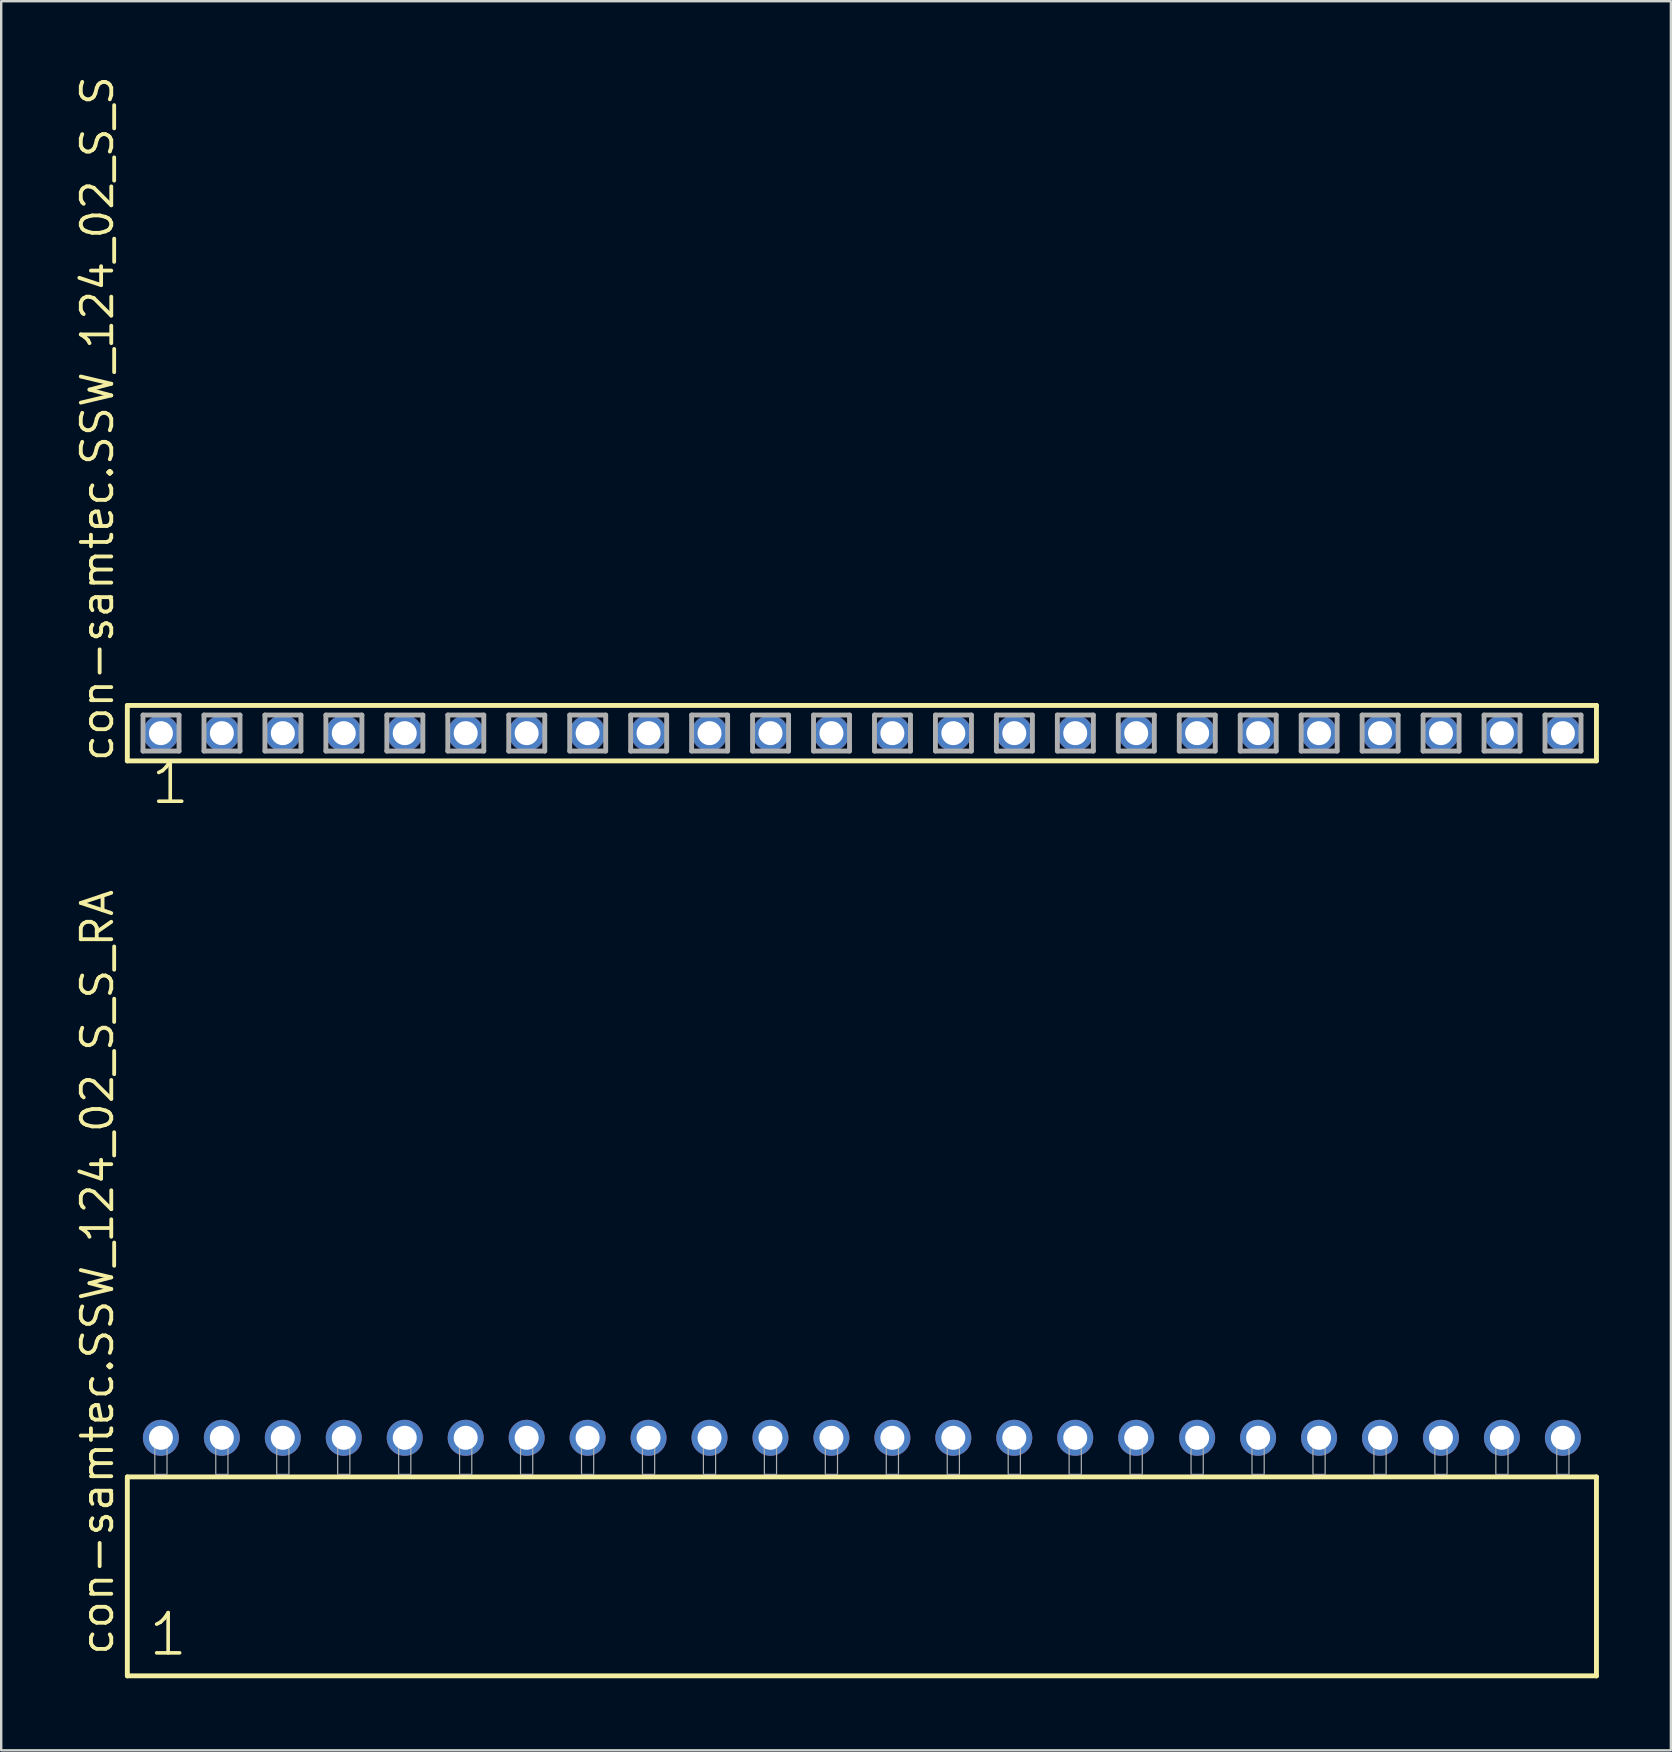
<source format=kicad_pcb>
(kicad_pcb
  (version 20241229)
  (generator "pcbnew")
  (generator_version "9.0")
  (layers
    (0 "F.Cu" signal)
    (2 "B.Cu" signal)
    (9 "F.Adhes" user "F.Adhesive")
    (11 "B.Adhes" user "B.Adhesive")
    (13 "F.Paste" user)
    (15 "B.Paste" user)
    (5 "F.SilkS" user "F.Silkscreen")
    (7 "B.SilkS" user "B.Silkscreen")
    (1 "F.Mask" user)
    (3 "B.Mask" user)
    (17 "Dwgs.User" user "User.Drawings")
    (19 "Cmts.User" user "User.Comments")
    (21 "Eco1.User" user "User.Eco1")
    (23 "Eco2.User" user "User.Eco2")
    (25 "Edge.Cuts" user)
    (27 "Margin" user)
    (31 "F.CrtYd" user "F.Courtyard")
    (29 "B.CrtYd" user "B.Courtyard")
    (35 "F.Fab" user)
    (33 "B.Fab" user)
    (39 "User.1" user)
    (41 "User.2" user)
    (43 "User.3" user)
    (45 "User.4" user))
  (footprint "con-samtec.SSW_124_02_S_S_RA"
    (layer "F.Cu")
    (at 32.865 58.387)
    (property "Reference" "con-samtec.SSW_124_02_S_S_RA" (at -31.115 7.62 90) (layer "F.SilkS") (effects (font (size 1.27 1.27) (thickness 0.16)) (justify left bottom)))
    (attr through_hole)
    (fp_line (start -30.609 0.106) (end -30.609 8.396) (stroke (width 0.203) (type default)) (layer "F.SilkS"))
    (fp_line (start -30.609 8.396) (end 30.609 8.396) (stroke (width 0.203) (type default)) (layer "F.SilkS"))
    (fp_line (start 30.609 0.106) (end -30.609 0.106) (stroke (width 0.203) (type default)) (layer "F.SilkS"))
    (fp_line (start 30.609 8.396) (end 30.609 0.106) (stroke (width 0.203) (type default)) (layer "F.SilkS"))
    (fp_rect (start -29.464 0) (end -28.956 -1.778) (stroke (width 0.05) (type default)) (fill no) (layer "F.Fab"))
    (fp_rect (start -26.924 0) (end -26.416 -1.778) (stroke (width 0.05) (type default)) (fill no) (layer "F.Fab"))
    (fp_rect (start -24.384 0) (end -23.876 -1.778) (stroke (width 0.05) (type default)) (fill no) (layer "F.Fab"))
    (fp_rect (start -21.844 0) (end -21.336 -1.778) (stroke (width 0.05) (type default)) (fill no) (layer "F.Fab"))
    (fp_rect (start -19.304 0) (end -18.796 -1.778) (stroke (width 0.05) (type default)) (fill no) (layer "F.Fab"))
    (fp_rect (start -16.764 0) (end -16.256 -1.778) (stroke (width 0.05) (type default)) (fill no) (layer "F.Fab"))
    (fp_rect (start -14.224 0) (end -13.716 -1.778) (stroke (width 0.05) (type default)) (fill no) (layer "F.Fab"))
    (fp_rect (start -11.684 0) (end -11.176 -1.778) (stroke (width 0.05) (type default)) (fill no) (layer "F.Fab"))
    (fp_rect (start -9.144 0) (end -8.636 -1.778) (stroke (width 0.05) (type default)) (fill no) (layer "F.Fab"))
    (fp_rect (start -6.604 0) (end -6.096 -1.778) (stroke (width 0.05) (type default)) (fill no) (layer "F.Fab"))
    (fp_rect (start -4.064 0) (end -3.556 -1.778) (stroke (width 0.05) (type default)) (fill no) (layer "F.Fab"))
    (fp_rect (start -1.524 0) (end -1.016 -1.778) (stroke (width 0.05) (type default)) (fill no) (layer "F.Fab"))
    (fp_rect (start 1.016 0) (end 1.524 -1.778) (stroke (width 0.05) (type default)) (fill no) (layer "F.Fab"))
    (fp_rect (start 3.556 0) (end 4.064 -1.778) (stroke (width 0.05) (type default)) (fill no) (layer "F.Fab"))
    (fp_rect (start 6.096 0) (end 6.604 -1.778) (stroke (width 0.05) (type default)) (fill no) (layer "F.Fab"))
    (fp_rect (start 8.636 0) (end 9.144 -1.778) (stroke (width 0.05) (type default)) (fill no) (layer "F.Fab"))
    (fp_rect (start 11.176 0) (end 11.684 -1.778) (stroke (width 0.05) (type default)) (fill no) (layer "F.Fab"))
    (fp_rect (start 13.716 0) (end 14.224 -1.778) (stroke (width 0.05) (type default)) (fill no) (layer "F.Fab"))
    (fp_rect (start 16.256 0) (end 16.764 -1.778) (stroke (width 0.05) (type default)) (fill no) (layer "F.Fab"))
    (fp_rect (start 18.796 0) (end 19.304 -1.778) (stroke (width 0.05) (type default)) (fill no) (layer "F.Fab"))
    (fp_rect (start 21.336 0) (end 21.844 -1.778) (stroke (width 0.05) (type default)) (fill no) (layer "F.Fab"))
    (fp_rect (start 23.876 0) (end 24.384 -1.778) (stroke (width 0.05) (type default)) (fill no) (layer "F.Fab"))
    (fp_rect (start 26.416 0) (end 26.924 -1.778) (stroke (width 0.05) (type default)) (fill no) (layer "F.Fab"))
    (fp_rect (start 28.956 0) (end 29.464 -1.778) (stroke (width 0.05) (type default)) (fill no) (layer "F.Fab"))
    (fp_text user "1" (at -29.805 7.65 0) (layer "F.SilkS") (effects (font (size 1.676 1.676) (thickness 0.15)) (justify left bottom)))
    (pad "1" thru_hole circle (at -29.21 -1.524) (size 1.5 1.5) (drill 1) (layers "*.Cu" "*.Mask"))
    (pad "2" thru_hole circle (at -26.67 -1.524) (size 1.5 1.5) (drill 1) (layers "*.Cu" "*.Mask"))
    (pad "3" thru_hole circle (at -24.13 -1.524) (size 1.5 1.5) (drill 1) (layers "*.Cu" "*.Mask"))
    (pad "4" thru_hole circle (at -21.59 -1.524) (size 1.5 1.5) (drill 1) (layers "*.Cu" "*.Mask"))
    (pad "5" thru_hole circle (at -19.05 -1.524) (size 1.5 1.5) (drill 1) (layers "*.Cu" "*.Mask"))
    (pad "6" thru_hole circle (at -16.51 -1.524) (size 1.5 1.5) (drill 1) (layers "*.Cu" "*.Mask"))
    (pad "7" thru_hole circle (at -13.97 -1.524) (size 1.5 1.5) (drill 1) (layers "*.Cu" "*.Mask"))
    (pad "8" thru_hole circle (at -11.43 -1.524) (size 1.5 1.5) (drill 1) (layers "*.Cu" "*.Mask"))
    (pad "9" thru_hole circle (at -8.89 -1.524) (size 1.5 1.5) (drill 1) (layers "*.Cu" "*.Mask"))
    (pad "10" thru_hole circle (at -6.35 -1.524) (size 1.5 1.5) (drill 1) (layers "*.Cu" "*.Mask"))
    (pad "11" thru_hole circle (at -3.81 -1.524) (size 1.5 1.5) (drill 1) (layers "*.Cu" "*.Mask"))
    (pad "12" thru_hole circle (at -1.27 -1.524) (size 1.5 1.5) (drill 1) (layers "*.Cu" "*.Mask"))
    (pad "13" thru_hole circle (at 1.27 -1.524) (size 1.5 1.5) (drill 1) (layers "*.Cu" "*.Mask"))
    (pad "14" thru_hole circle (at 3.81 -1.524) (size 1.5 1.5) (drill 1) (layers "*.Cu" "*.Mask"))
    (pad "15" thru_hole circle (at 6.35 -1.524) (size 1.5 1.5) (drill 1) (layers "*.Cu" "*.Mask"))
    (pad "16" thru_hole circle (at 8.89 -1.524) (size 1.5 1.5) (drill 1) (layers "*.Cu" "*.Mask"))
    (pad "17" thru_hole circle (at 11.43 -1.524) (size 1.5 1.5) (drill 1) (layers "*.Cu" "*.Mask"))
    (pad "18" thru_hole circle (at 13.97 -1.524) (size 1.5 1.5) (drill 1) (layers "*.Cu" "*.Mask"))
    (pad "19" thru_hole circle (at 16.51 -1.524) (size 1.5 1.5) (drill 1) (layers "*.Cu" "*.Mask"))
    (pad "20" thru_hole circle (at 19.05 -1.524) (size 1.5 1.5) (drill 1) (layers "*.Cu" "*.Mask"))
    (pad "21" thru_hole circle (at 21.59 -1.524) (size 1.5 1.5) (drill 1) (layers "*.Cu" "*.Mask"))
    (pad "22" thru_hole circle (at 24.13 -1.524) (size 1.5 1.5) (drill 1) (layers "*.Cu" "*.Mask"))
    (pad "23" thru_hole circle (at 26.67 -1.524) (size 1.5 1.5) (drill 1) (layers "*.Cu" "*.Mask"))
    (pad "24" thru_hole circle (at 29.21 -1.524) (size 1.5 1.5) (drill 1) (layers "*.Cu" "*.Mask")))
  (footprint "con-samtec.SSW_124_02_S_S"
    (layer "F.Cu")
    (at 32.865 27.501)
    (property "Reference" "con-samtec.SSW_124_02_S_S" (at -31.115 1.27 90) (layer "F.SilkS") (effects (font (size 1.27 1.27) (thickness 0.16)) (justify left bottom)))
    (attr through_hole)
    (fp_line (start -30.609 -1.155) (end 30.609 -1.155) (stroke (width 0.203) (type default)) (layer "F.SilkS"))
    (fp_line (start -30.609 1.155) (end -30.609 -1.155) (stroke (width 0.203) (type default)) (layer "F.SilkS"))
    (fp_line (start 30.609 -1.155) (end 30.609 1.155) (stroke (width 0.203) (type default)) (layer "F.SilkS"))
    (fp_line (start 30.609 1.155) (end -30.609 1.155) (stroke (width 0.203) (type default)) (layer "F.SilkS"))
    (fp_line (start -29.955 -0.755) (end -28.455 -0.755) (stroke (width 0.203) (type default)) (layer "F.Fab"))
    (fp_line (start -29.955 0.745) (end -29.955 -0.755) (stroke (width 0.203) (type default)) (layer "F.Fab"))
    (fp_line (start -28.455 -0.755) (end -28.455 0.745) (stroke (width 0.203) (type default)) (layer "F.Fab"))
    (fp_line (start -28.455 0.745) (end -29.955 0.745) (stroke (width 0.203) (type default)) (layer "F.Fab"))
    (fp_line (start -27.415 -0.755) (end -25.915 -0.755) (stroke (width 0.203) (type default)) (layer "F.Fab"))
    (fp_line (start -27.415 0.745) (end -27.415 -0.755) (stroke (width 0.203) (type default)) (layer "F.Fab"))
    (fp_line (start -25.915 -0.755) (end -25.915 0.745) (stroke (width 0.203) (type default)) (layer "F.Fab"))
    (fp_line (start -25.915 0.745) (end -27.415 0.745) (stroke (width 0.203) (type default)) (layer "F.Fab"))
    (fp_line (start -24.875 -0.755) (end -23.375 -0.755) (stroke (width 0.203) (type default)) (layer "F.Fab"))
    (fp_line (start -24.875 0.745) (end -24.875 -0.755) (stroke (width 0.203) (type default)) (layer "F.Fab"))
    (fp_line (start -23.375 -0.755) (end -23.375 0.745) (stroke (width 0.203) (type default)) (layer "F.Fab"))
    (fp_line (start -23.375 0.745) (end -24.875 0.745) (stroke (width 0.203) (type default)) (layer "F.Fab"))
    (fp_line (start -22.335 -0.755) (end -20.835 -0.755) (stroke (width 0.203) (type default)) (layer "F.Fab"))
    (fp_line (start -22.335 0.745) (end -22.335 -0.755) (stroke (width 0.203) (type default)) (layer "F.Fab"))
    (fp_line (start -20.835 -0.755) (end -20.835 0.745) (stroke (width 0.203) (type default)) (layer "F.Fab"))
    (fp_line (start -20.835 0.745) (end -22.335 0.745) (stroke (width 0.203) (type default)) (layer "F.Fab"))
    (fp_line (start -19.795 -0.755) (end -18.295 -0.755) (stroke (width 0.203) (type default)) (layer "F.Fab"))
    (fp_line (start -19.795 0.745) (end -19.795 -0.755) (stroke (width 0.203) (type default)) (layer "F.Fab"))
    (fp_line (start -18.295 -0.755) (end -18.295 0.745) (stroke (width 0.203) (type default)) (layer "F.Fab"))
    (fp_line (start -18.295 0.745) (end -19.795 0.745) (stroke (width 0.203) (type default)) (layer "F.Fab"))
    (fp_line (start -17.255 -0.755) (end -15.755 -0.755) (stroke (width 0.203) (type default)) (layer "F.Fab"))
    (fp_line (start -17.255 0.745) (end -17.255 -0.755) (stroke (width 0.203) (type default)) (layer "F.Fab"))
    (fp_line (start -15.755 -0.755) (end -15.755 0.745) (stroke (width 0.203) (type default)) (layer "F.Fab"))
    (fp_line (start -15.755 0.745) (end -17.255 0.745) (stroke (width 0.203) (type default)) (layer "F.Fab"))
    (fp_line (start -14.715 -0.755) (end -13.215 -0.755) (stroke (width 0.203) (type default)) (layer "F.Fab"))
    (fp_line (start -14.715 0.745) (end -14.715 -0.755) (stroke (width 0.203) (type default)) (layer "F.Fab"))
    (fp_line (start -13.215 -0.755) (end -13.215 0.745) (stroke (width 0.203) (type default)) (layer "F.Fab"))
    (fp_line (start -13.215 0.745) (end -14.715 0.745) (stroke (width 0.203) (type default)) (layer "F.Fab"))
    (fp_line (start -12.175 -0.755) (end -10.675 -0.755) (stroke (width 0.203) (type default)) (layer "F.Fab"))
    (fp_line (start -12.175 0.745) (end -12.175 -0.755) (stroke (width 0.203) (type default)) (layer "F.Fab"))
    (fp_line (start -10.675 -0.755) (end -10.675 0.745) (stroke (width 0.203) (type default)) (layer "F.Fab"))
    (fp_line (start -10.675 0.745) (end -12.175 0.745) (stroke (width 0.203) (type default)) (layer "F.Fab"))
    (fp_line (start -9.635 -0.755) (end -8.135 -0.755) (stroke (width 0.203) (type default)) (layer "F.Fab"))
    (fp_line (start -9.635 0.745) (end -9.635 -0.755) (stroke (width 0.203) (type default)) (layer "F.Fab"))
    (fp_line (start -8.135 -0.755) (end -8.135 0.745) (stroke (width 0.203) (type default)) (layer "F.Fab"))
    (fp_line (start -8.135 0.745) (end -9.635 0.745) (stroke (width 0.203) (type default)) (layer "F.Fab"))
    (fp_line (start -7.095 -0.755) (end -5.595 -0.755) (stroke (width 0.203) (type default)) (layer "F.Fab"))
    (fp_line (start -7.095 0.745) (end -7.095 -0.755) (stroke (width 0.203) (type default)) (layer "F.Fab"))
    (fp_line (start -5.595 -0.755) (end -5.595 0.745) (stroke (width 0.203) (type default)) (layer "F.Fab"))
    (fp_line (start -5.595 0.745) (end -7.095 0.745) (stroke (width 0.203) (type default)) (layer "F.Fab"))
    (fp_line (start -4.555 -0.755) (end -3.055 -0.755) (stroke (width 0.203) (type default)) (layer "F.Fab"))
    (fp_line (start -4.555 0.745) (end -4.555 -0.755) (stroke (width 0.203) (type default)) (layer "F.Fab"))
    (fp_line (start -3.055 -0.755) (end -3.055 0.745) (stroke (width 0.203) (type default)) (layer "F.Fab"))
    (fp_line (start -3.055 0.745) (end -4.555 0.745) (stroke (width 0.203) (type default)) (layer "F.Fab"))
    (fp_line (start -2.015 -0.755) (end -0.515 -0.755) (stroke (width 0.203) (type default)) (layer "F.Fab"))
    (fp_line (start -2.015 0.745) (end -2.015 -0.755) (stroke (width 0.203) (type default)) (layer "F.Fab"))
    (fp_line (start -0.515 -0.755) (end -0.515 0.745) (stroke (width 0.203) (type default)) (layer "F.Fab"))
    (fp_line (start -0.515 0.745) (end -2.015 0.745) (stroke (width 0.203) (type default)) (layer "F.Fab"))
    (fp_line (start 0.525 -0.755) (end 2.025 -0.755) (stroke (width 0.203) (type default)) (layer "F.Fab"))
    (fp_line (start 0.525 0.745) (end 0.525 -0.755) (stroke (width 0.203) (type default)) (layer "F.Fab"))
    (fp_line (start 2.025 -0.755) (end 2.025 0.745) (stroke (width 0.203) (type default)) (layer "F.Fab"))
    (fp_line (start 2.025 0.745) (end 0.525 0.745) (stroke (width 0.203) (type default)) (layer "F.Fab"))
    (fp_line (start 3.065 -0.755) (end 4.565 -0.755) (stroke (width 0.203) (type default)) (layer "F.Fab"))
    (fp_line (start 3.065 0.745) (end 3.065 -0.755) (stroke (width 0.203) (type default)) (layer "F.Fab"))
    (fp_line (start 4.565 -0.755) (end 4.565 0.745) (stroke (width 0.203) (type default)) (layer "F.Fab"))
    (fp_line (start 4.565 0.745) (end 3.065 0.745) (stroke (width 0.203) (type default)) (layer "F.Fab"))
    (fp_line (start 5.605 -0.755) (end 7.105 -0.755) (stroke (width 0.203) (type default)) (layer "F.Fab"))
    (fp_line (start 5.605 0.745) (end 5.605 -0.755) (stroke (width 0.203) (type default)) (layer "F.Fab"))
    (fp_line (start 7.105 -0.755) (end 7.105 0.745) (stroke (width 0.203) (type default)) (layer "F.Fab"))
    (fp_line (start 7.105 0.745) (end 5.605 0.745) (stroke (width 0.203) (type default)) (layer "F.Fab"))
    (fp_line (start 8.145 -0.755) (end 9.645 -0.755) (stroke (width 0.203) (type default)) (layer "F.Fab"))
    (fp_line (start 8.145 0.745) (end 8.145 -0.755) (stroke (width 0.203) (type default)) (layer "F.Fab"))
    (fp_line (start 9.645 -0.755) (end 9.645 0.745) (stroke (width 0.203) (type default)) (layer "F.Fab"))
    (fp_line (start 9.645 0.745) (end 8.145 0.745) (stroke (width 0.203) (type default)) (layer "F.Fab"))
    (fp_line (start 10.685 -0.755) (end 12.185 -0.755) (stroke (width 0.203) (type default)) (layer "F.Fab"))
    (fp_line (start 10.685 0.745) (end 10.685 -0.755) (stroke (width 0.203) (type default)) (layer "F.Fab"))
    (fp_line (start 12.185 -0.755) (end 12.185 0.745) (stroke (width 0.203) (type default)) (layer "F.Fab"))
    (fp_line (start 12.185 0.745) (end 10.685 0.745) (stroke (width 0.203) (type default)) (layer "F.Fab"))
    (fp_line (start 13.225 -0.755) (end 14.725 -0.755) (stroke (width 0.203) (type default)) (layer "F.Fab"))
    (fp_line (start 13.225 0.745) (end 13.225 -0.755) (stroke (width 0.203) (type default)) (layer "F.Fab"))
    (fp_line (start 14.725 -0.755) (end 14.725 0.745) (stroke (width 0.203) (type default)) (layer "F.Fab"))
    (fp_line (start 14.725 0.745) (end 13.225 0.745) (stroke (width 0.203) (type default)) (layer "F.Fab"))
    (fp_line (start 15.765 -0.755) (end 17.265 -0.755) (stroke (width 0.203) (type default)) (layer "F.Fab"))
    (fp_line (start 15.765 0.745) (end 15.765 -0.755) (stroke (width 0.203) (type default)) (layer "F.Fab"))
    (fp_line (start 17.265 -0.755) (end 17.265 0.745) (stroke (width 0.203) (type default)) (layer "F.Fab"))
    (fp_line (start 17.265 0.745) (end 15.765 0.745) (stroke (width 0.203) (type default)) (layer "F.Fab"))
    (fp_line (start 18.305 -0.755) (end 19.805 -0.755) (stroke (width 0.203) (type default)) (layer "F.Fab"))
    (fp_line (start 18.305 0.745) (end 18.305 -0.755) (stroke (width 0.203) (type default)) (layer "F.Fab"))
    (fp_line (start 19.805 -0.755) (end 19.805 0.745) (stroke (width 0.203) (type default)) (layer "F.Fab"))
    (fp_line (start 19.805 0.745) (end 18.305 0.745) (stroke (width 0.203) (type default)) (layer "F.Fab"))
    (fp_line (start 20.845 -0.755) (end 22.345 -0.755) (stroke (width 0.203) (type default)) (layer "F.Fab"))
    (fp_line (start 20.845 0.745) (end 20.845 -0.755) (stroke (width 0.203) (type default)) (layer "F.Fab"))
    (fp_line (start 22.345 -0.755) (end 22.345 0.745) (stroke (width 0.203) (type default)) (layer "F.Fab"))
    (fp_line (start 22.345 0.745) (end 20.845 0.745) (stroke (width 0.203) (type default)) (layer "F.Fab"))
    (fp_line (start 23.385 -0.755) (end 24.885 -0.755) (stroke (width 0.203) (type default)) (layer "F.Fab"))
    (fp_line (start 23.385 0.745) (end 23.385 -0.755) (stroke (width 0.203) (type default)) (layer "F.Fab"))
    (fp_line (start 24.885 -0.755) (end 24.885 0.745) (stroke (width 0.203) (type default)) (layer "F.Fab"))
    (fp_line (start 24.885 0.745) (end 23.385 0.745) (stroke (width 0.203) (type default)) (layer "F.Fab"))
    (fp_line (start 25.925 -0.755) (end 27.425 -0.755) (stroke (width 0.203) (type default)) (layer "F.Fab"))
    (fp_line (start 25.925 0.745) (end 25.925 -0.755) (stroke (width 0.203) (type default)) (layer "F.Fab"))
    (fp_line (start 27.425 -0.755) (end 27.425 0.745) (stroke (width 0.203) (type default)) (layer "F.Fab"))
    (fp_line (start 27.425 0.745) (end 25.925 0.745) (stroke (width 0.203) (type default)) (layer "F.Fab"))
    (fp_line (start 28.465 -0.755) (end 29.965 -0.755) (stroke (width 0.203) (type default)) (layer "F.Fab"))
    (fp_line (start 28.465 0.745) (end 28.465 -0.755) (stroke (width 0.203) (type default)) (layer "F.Fab"))
    (fp_line (start 29.965 -0.755) (end 29.965 0.745) (stroke (width 0.203) (type default)) (layer "F.Fab"))
    (fp_line (start 29.965 0.745) (end 28.465 0.745) (stroke (width 0.203) (type default)) (layer "F.Fab"))
    (fp_text user "1" (at -29.718 3.048 0) (layer "F.SilkS") (effects (font (size 1.676 1.676) (thickness 0.15)) (justify left bottom)))
    (pad "1" thru_hole circle (at -29.21 0) (size 1.5 1.5) (drill 1) (layers "*.Cu" "*.Mask"))
    (pad "2" thru_hole circle (at -26.67 0) (size 1.5 1.5) (drill 1) (layers "*.Cu" "*.Mask"))
    (pad "3" thru_hole circle (at -24.13 0) (size 1.5 1.5) (drill 1) (layers "*.Cu" "*.Mask"))
    (pad "4" thru_hole circle (at -21.59 0) (size 1.5 1.5) (drill 1) (layers "*.Cu" "*.Mask"))
    (pad "5" thru_hole circle (at -19.05 0) (size 1.5 1.5) (drill 1) (layers "*.Cu" "*.Mask"))
    (pad "6" thru_hole circle (at -16.51 0) (size 1.5 1.5) (drill 1) (layers "*.Cu" "*.Mask"))
    (pad "7" thru_hole circle (at -13.97 0) (size 1.5 1.5) (drill 1) (layers "*.Cu" "*.Mask"))
    (pad "8" thru_hole circle (at -11.43 0) (size 1.5 1.5) (drill 1) (layers "*.Cu" "*.Mask"))
    (pad "9" thru_hole circle (at -8.89 0) (size 1.5 1.5) (drill 1) (layers "*.Cu" "*.Mask"))
    (pad "10" thru_hole circle (at -6.35 0) (size 1.5 1.5) (drill 1) (layers "*.Cu" "*.Mask"))
    (pad "11" thru_hole circle (at -3.81 0) (size 1.5 1.5) (drill 1) (layers "*.Cu" "*.Mask"))
    (pad "12" thru_hole circle (at -1.27 0) (size 1.5 1.5) (drill 1) (layers "*.Cu" "*.Mask"))
    (pad "13" thru_hole circle (at 1.27 0) (size 1.5 1.5) (drill 1) (layers "*.Cu" "*.Mask"))
    (pad "14" thru_hole circle (at 3.81 0) (size 1.5 1.5) (drill 1) (layers "*.Cu" "*.Mask"))
    (pad "15" thru_hole circle (at 6.35 0) (size 1.5 1.5) (drill 1) (layers "*.Cu" "*.Mask"))
    (pad "16" thru_hole circle (at 8.89 0) (size 1.5 1.5) (drill 1) (layers "*.Cu" "*.Mask"))
    (pad "17" thru_hole circle (at 11.43 0) (size 1.5 1.5) (drill 1) (layers "*.Cu" "*.Mask"))
    (pad "18" thru_hole circle (at 13.97 0) (size 1.5 1.5) (drill 1) (layers "*.Cu" "*.Mask"))
    (pad "19" thru_hole circle (at 16.51 0) (size 1.5 1.5) (drill 1) (layers "*.Cu" "*.Mask"))
    (pad "20" thru_hole circle (at 19.05 0) (size 1.5 1.5) (drill 1) (layers "*.Cu" "*.Mask"))
    (pad "21" thru_hole circle (at 21.59 0) (size 1.5 1.5) (drill 1) (layers "*.Cu" "*.Mask"))
    (pad "22" thru_hole circle (at 24.13 0) (size 1.5 1.5) (drill 1) (layers "*.Cu" "*.Mask"))
    (pad "23" thru_hole circle (at 26.67 0) (size 1.5 1.5) (drill 1) (layers "*.Cu" "*.Mask"))
    (pad "24" thru_hole circle (at 29.21 0) (size 1.5 1.5) (drill 1) (layers "*.Cu" "*.Mask")))
  (gr_rect
    (start -3 -3)
    (end 66.576 69.885)
    (stroke (width 0.1) (type default))
    (fill no)
    (layer "Edge.Cuts")))
</source>
